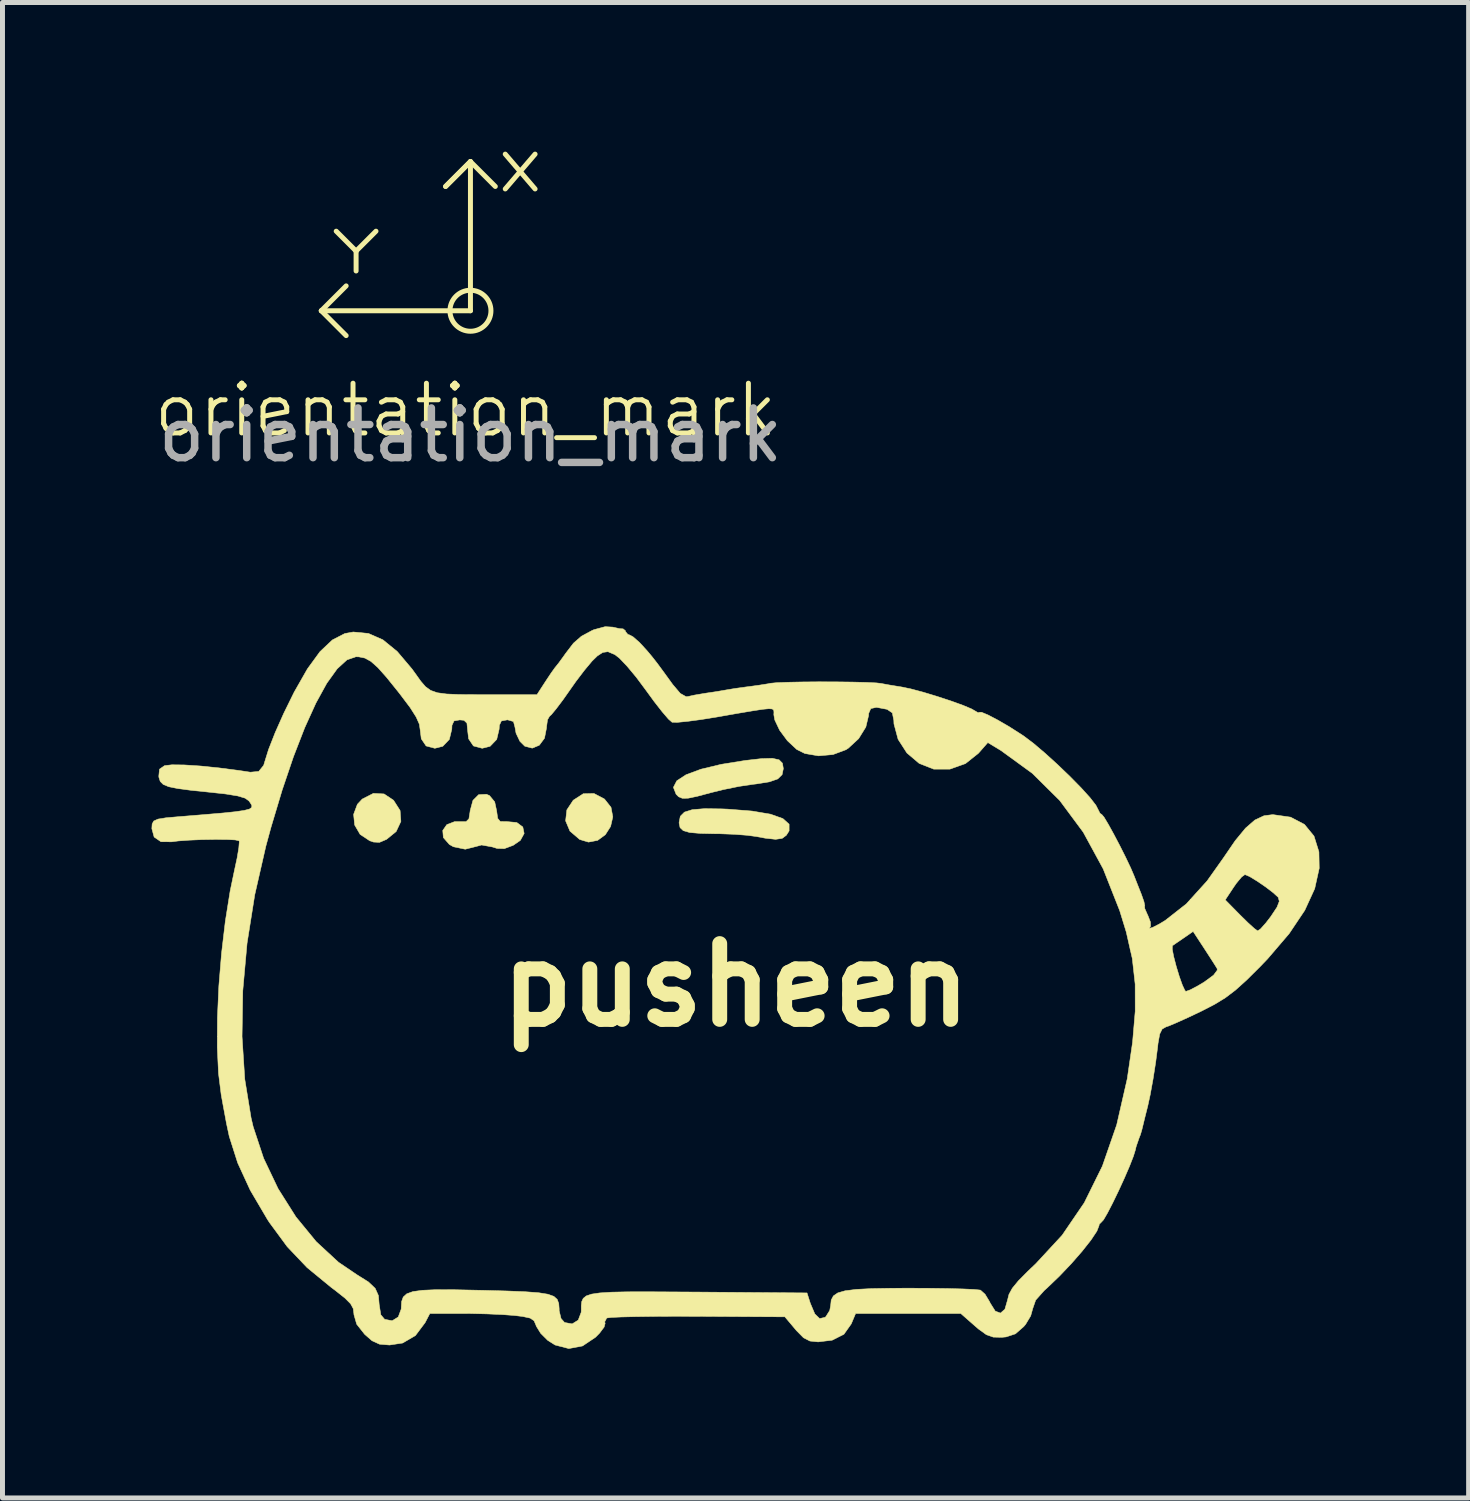
<source format=kicad_pcb>
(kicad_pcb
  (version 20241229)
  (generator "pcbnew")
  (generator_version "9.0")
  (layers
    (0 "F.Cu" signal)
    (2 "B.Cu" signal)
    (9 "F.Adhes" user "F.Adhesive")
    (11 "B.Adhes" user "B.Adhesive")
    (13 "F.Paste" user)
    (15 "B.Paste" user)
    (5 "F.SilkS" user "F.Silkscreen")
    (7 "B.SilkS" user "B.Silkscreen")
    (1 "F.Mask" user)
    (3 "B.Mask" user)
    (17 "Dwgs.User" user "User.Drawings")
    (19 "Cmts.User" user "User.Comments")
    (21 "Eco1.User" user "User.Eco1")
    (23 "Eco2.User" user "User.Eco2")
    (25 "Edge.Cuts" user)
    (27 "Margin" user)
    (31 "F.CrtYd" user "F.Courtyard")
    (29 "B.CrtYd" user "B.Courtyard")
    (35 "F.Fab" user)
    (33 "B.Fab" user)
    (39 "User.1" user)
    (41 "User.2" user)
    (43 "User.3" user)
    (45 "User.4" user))
  (footprint "orientation_mark"
    (layer "F.Cu")
    (at 6.412 3.2)
    (property "Reference" "orientation_mark" (at -0.1 2 0) (unlocked yes) (layer "F.SilkS") (effects (font (size 1 1) (thickness 0.1))))
    (attr smd)
    (fp_line (start -3 0) (end -2.5 -0.5) (stroke (width 0.1) (type default)) (layer "F.SilkS"))
    (fp_line (start -3 0) (end -2.5 0.5) (stroke (width 0.1) (type default)) (layer "F.SilkS"))
    (fp_line (start -2.7 -1.6) (end -2.3 -1.2) (stroke (width 0.1) (type default)) (layer "F.SilkS"))
    (fp_line (start -2.3 -1.2) (end -2.3 -0.8) (stroke (width 0.1) (type default)) (layer "F.SilkS"))
    (fp_line (start -2.3 -1.2) (end -1.9 -1.6) (stroke (width 0.1) (type default)) (layer "F.SilkS"))
    (fp_line (start -0.5 -2.5) (end 0 -3) (stroke (width 0.1) (type default)) (layer "F.SilkS"))
    (fp_line (start 0 -3) (end -0.5 -2.5) (stroke (width 0.1) (type default)) (layer "F.SilkS"))
    (fp_line (start 0 -3) (end 0.5 -2.5) (stroke (width 0.1) (type default)) (layer "F.SilkS"))
    (fp_line (start 0 0) (end -3 0) (stroke (width 0.1) (type default)) (layer "F.SilkS"))
    (fp_line (start 0 0) (end 0 -3) (stroke (width 0.1) (type default)) (layer "F.SilkS"))
    (fp_line (start 0.7 -3.15) (end 1.3 -2.45) (stroke (width 0.1) (type default)) (layer "F.SilkS"))
    (fp_line (start 1.3 -3.15) (end 0.7 -2.45) (stroke (width 0.1) (type default)) (layer "F.SilkS"))
    (fp_circle (center 0 0) (end -0.1 -0.4) (stroke (width 0.1) (type default)) (fill no) (layer "F.SilkS"))
    (fp_text user "${REFERENCE}" (at 0 2.5 0) (unlocked yes) (layer "F.Fab") (effects (font (size 1 1) (thickness 0.15)))))
  (footprint "pusheen"
    (layer "F.Cu")
    (at 11.752 16.763)
    (property "Reference" "pusheen" (at 0 0 0) (layer "F.SilkS") (effects (font (size 1.524 1.524) (thickness 0.3))))
    (attr through_hole)
    (fp_poly (pts (xy -2.644 -3.742) (xy -2.513 -3.576) (xy -2.477 -3.383) (xy -2.521 -3.191) (xy -2.627 -3.025) (xy -2.782 -2.911) (xy -2.967 -2.876) (xy -3.143 -2.929) (xy -3.339 -3.097) (xy -3.426 -3.304) (xy -3.401 -3.524) (xy -3.273 -3.718) (xy -3.071 -3.849) (xy -2.856 -3.854) (xy -2.644 -3.742)) (stroke (width 0.01) (type solid)) (fill yes) (layer "F.SilkS"))
    (fp_poly (pts (xy -7.078 -3.845) (xy -6.887 -3.718) (xy -6.755 -3.511) (xy -6.739 -3.292) (xy -6.834 -3.089) (xy -7.028 -2.931) (xy -7.169 -2.871) (xy -7.289 -2.877) (xy -7.366 -2.903) (xy -7.559 -3.031) (xy -7.669 -3.22) (xy -7.69 -3.434) (xy -7.614 -3.637) (xy -7.516 -3.742) (xy -7.293 -3.856) (xy -7.078 -3.845)) (stroke (width 0.01) (type solid)) (fill yes) (layer "F.SilkS"))
    (fp_poly (pts (xy 0.868 -4.531) (xy 0.935 -4.463) (xy 0.953 -4.354) (xy 0.928 -4.232) (xy 0.841 -4.147) (xy 0.672 -4.088) (xy 0.4 -4.045) (xy 0.339 -4.038) (xy 0.064 -3.997) (xy -0.255 -3.932) (xy -0.502 -3.871) (xy -0.779 -3.797) (xy -0.962 -3.759) (xy -1.078 -3.757) (xy -1.153 -3.788) (xy -1.204 -3.839) (xy -1.258 -3.977) (xy -1.19 -4.109) (xy -1.004 -4.231) (xy -0.705 -4.342) (xy -0.298 -4.44) (xy 0.187 -4.518) (xy 0.513 -4.555) (xy 0.734 -4.561) (xy 0.868 -4.531)) (stroke (width 0.01) (type solid)) (fill yes) (layer "F.SilkS"))
    (fp_poly (pts (xy -0.281 -3.544) (xy -0.163 -3.539) (xy 0.327 -3.5) (xy 0.697 -3.437) (xy 0.944 -3.349) (xy 1.069 -3.237) (xy 1.069 -3.102) (xy 1.013 -3.013) (xy 0.929 -2.951) (xy 0.797 -2.932) (xy 0.589 -2.955) (xy 0.413 -2.988) (xy 0.228 -3.013) (xy -0.034 -3.033) (xy -0.323 -3.044) (xy -0.392 -3.044) (xy -0.714 -3.051) (xy -0.93 -3.069) (xy -1.059 -3.106) (xy -1.124 -3.167) (xy -1.143 -3.258) (xy -1.143 -3.275) (xy -1.119 -3.396) (xy -1.036 -3.479) (xy -0.88 -3.528) (xy -0.633 -3.549) (xy -0.281 -3.544)) (stroke (width 0.01) (type solid)) (fill yes) (layer "F.SilkS"))
    (fp_poly (pts (xy -4.957 -3.812) (xy -4.852 -3.685) (xy -4.814 -3.508) (xy -4.792 -3.353) (xy -4.741 -3.291) (xy -4.629 -3.288) (xy -4.614 -3.289) (xy -4.408 -3.27) (xy -4.287 -3.18) (xy -4.26 -3.05) (xy -4.336 -2.911) (xy -4.479 -2.812) (xy -4.658 -2.745) (xy -4.805 -2.749) (xy -4.901 -2.779) (xy -5.116 -2.818) (xy -5.211 -2.792) (xy -5.445 -2.733) (xy -5.684 -2.783) (xy -5.764 -2.829) (xy -5.885 -2.967) (xy -5.897 -3.11) (xy -5.816 -3.227) (xy -5.656 -3.289) (xy -5.546 -3.289) (xy -5.427 -3.289) (xy -5.371 -3.344) (xy -5.348 -3.488) (xy -5.346 -3.508) (xy -5.29 -3.715) (xy -5.175 -3.83) (xy -5.019 -3.838) (xy -4.957 -3.812)) (stroke (width 0.01) (type solid)) (fill yes) (layer "F.SilkS"))
    (fp_poly (pts (xy -2.477 -7.2) (xy -2.34 -7.169) (xy -2.27 -7.165) (xy -2.224 -7.128) (xy -2.223 -7.112) (xy -2.173 -7.052) (xy -2.152 -7.048) (xy -2.07 -7.005) (xy -1.944 -6.895) (xy -1.882 -6.829) (xy -1.777 -6.713) (xy -1.687 -6.605) (xy -1.588 -6.479) (xy -1.461 -6.307) (xy -1.282 -6.06) (xy -1.271 -6.045) (xy -1.12 -5.867) (xy -1.003 -5.801) (xy -0.966 -5.804) (xy -0.834 -5.833) (xy -0.645 -5.865) (xy -0.601 -5.872) (xy -0.392 -5.903) (xy -0.211 -5.934) (xy -0.188 -5.938) (xy -0.026 -5.965) (xy 0.188 -5.995) (xy 0.254 -6.003) (xy 0.466 -6.032) (xy 0.649 -6.061) (xy 0.689 -6.07) (xy 0.814 -6.082) (xy 1.037 -6.091) (xy 1.33 -6.097) (xy 1.663 -6.1) (xy 2.008 -6.099) (xy 2.336 -6.095) (xy 2.618 -6.088) (xy 2.826 -6.078) (xy 2.918 -6.067) (xy 3.086 -6.036) (xy 3.295 -6.002) (xy 3.327 -5.997) (xy 3.516 -5.958) (xy 3.767 -5.891) (xy 4.047 -5.806) (xy 4.324 -5.715) (xy 4.565 -5.628) (xy 4.738 -5.555) (xy 4.801 -5.519) (xy 4.874 -5.476) (xy 4.889 -5.486) (xy 4.939 -5.488) (xy 5.071 -5.433) (xy 5.262 -5.333) (xy 5.49 -5.201) (xy 5.73 -5.048) (xy 5.789 -5.009) (xy 5.984 -4.862) (xy 6.217 -4.664) (xy 6.468 -4.436) (xy 6.717 -4.197) (xy 6.942 -3.968) (xy 7.123 -3.768) (xy 7.239 -3.618) (xy 7.269 -3.56) (xy 7.322 -3.455) (xy 7.36 -3.429) (xy 7.404 -3.376) (xy 7.488 -3.236) (xy 7.598 -3.037) (xy 7.72 -2.805) (xy 7.839 -2.568) (xy 7.941 -2.353) (xy 8.01 -2.191) (xy 8.066 -2.048) (xy 8.14 -1.861) (xy 8.154 -1.826) (xy 8.206 -1.678) (xy 8.223 -1.594) (xy 8.218 -1.588) (xy 8.223 -1.539) (xy 8.275 -1.42) (xy 8.283 -1.405) (xy 8.336 -1.269) (xy 8.339 -1.185) (xy 8.337 -1.183) (xy 8.314 -1.141) (xy 8.379 -1.159) (xy 8.512 -1.227) (xy 8.633 -1.3) (xy 9.06 -1.635) (xy 9.131 -1.714) (xy 9.841 -1.714) (xy 10.143 -1.407) (xy 10.302 -1.251) (xy 10.428 -1.137) (xy 10.493 -1.09) (xy 10.552 -1.131) (xy 10.658 -1.25) (xy 10.758 -1.38) (xy 10.882 -1.567) (xy 10.928 -1.686) (xy 10.907 -1.764) (xy 10.905 -1.767) (xy 10.807 -1.857) (xy 10.654 -1.974) (xy 10.483 -2.091) (xy 10.332 -2.183) (xy 10.24 -2.222) (xy 10.236 -2.223) (xy 10.169 -2.174) (xy 10.066 -2.05) (xy 10.009 -1.968) (xy 9.841 -1.714) (xy 9.131 -1.714) (xy 9.476 -2.095) (xy 9.798 -2.549) (xy 10.041 -2.904) (xy 10.249 -3.157) (xy 10.437 -3.32) (xy 10.62 -3.406) (xy 10.797 -3.429) (xy 11.155 -3.378) (xy 11.434 -3.232) (xy 11.626 -2.997) (xy 11.725 -2.68) (xy 11.731 -2.35) (xy 11.64 -1.939) (xy 11.44 -1.503) (xy 11.127 -1.036) (xy 10.697 -0.533) (xy 10.541 -0.37) (xy 10.268 -0.099) (xy 10.046 0.101) (xy 9.843 0.255) (xy 9.627 0.387) (xy 9.365 0.522) (xy 9.359 0.525) (xy 9.1 0.648) (xy 8.872 0.751) (xy 8.707 0.821) (xy 8.65 0.84) (xy 8.572 0.884) (xy 8.523 0.984) (xy 8.489 1.172) (xy 8.481 1.247) (xy 8.442 1.55) (xy 8.389 1.89) (xy 8.331 2.208) (xy 8.283 2.429) (xy 8.225 2.659) (xy 8.174 2.869) (xy 8.161 2.921) (xy 8.133 3.015) (xy 8.125 3.032) (xy 8.1 3.098) (xy 8.096 3.111) (xy 8.07 3.186) (xy 8.068 3.191) (xy 8.046 3.258) (xy 8.035 3.31) (xy 7.994 3.442) (xy 7.916 3.642) (xy 7.812 3.883) (xy 7.695 4.138) (xy 7.578 4.38) (xy 7.473 4.583) (xy 7.394 4.719) (xy 7.354 4.763) (xy 7.305 4.812) (xy 7.303 4.836) (xy 7.259 4.949) (xy 7.14 5.128) (xy 6.963 5.352) (xy 6.746 5.601) (xy 6.506 5.853) (xy 6.26 6.089) (xy 6.201 6.142) (xy 6.028 6.336) (xy 5.969 6.506) (xy 5.928 6.653) (xy 5.825 6.824) (xy 5.788 6.868) (xy 5.621 7.014) (xy 5.433 7.076) (xy 5.345 7.084) (xy 5.176 7.08) (xy 5.036 7.031) (xy 4.877 6.916) (xy 4.802 6.851) (xy 4.521 6.604) (xy 2.407 6.604) (xy 2.319 6.814) (xy 2.171 7.023) (xy 1.935 7.142) (xy 1.653 7.176) (xy 1.488 7.159) (xy 1.359 7.093) (xy 1.217 6.949) (xy 1.196 6.924) (xy 0.984 6.672) (xy -0.772 6.662) (xy -1.234 6.661) (xy -1.655 6.663) (xy -2.019 6.668) (xy -2.309 6.675) (xy -2.507 6.684) (xy -2.597 6.695) (xy -2.599 6.696) (xy -2.64 6.774) (xy -2.631 6.802) (xy -2.651 6.877) (xy -2.744 7.001) (xy -2.825 7.083) (xy -3.086 7.258) (xy -3.362 7.31) (xy -3.637 7.239) (xy -3.787 7.144) (xy -3.927 7.004) (xy -4.016 6.86) (xy -4.024 6.836) (xy -4.061 6.751) (xy -4.138 6.698) (xy -4.288 6.665) (xy -4.453 6.645) (xy -4.694 6.627) (xy -5.009 6.613) (xy -5.346 6.605) (xy -5.5 6.604) (xy -6.156 6.604) (xy -6.252 6.789) (xy -6.447 7.049) (xy -6.704 7.199) (xy -6.968 7.239) (xy -7.169 7.222) (xy -7.321 7.152) (xy -7.468 7.023) (xy -7.628 6.82) (xy -7.683 6.629) (xy -7.684 6.613) (xy -7.697 6.508) (xy -7.75 6.41) (xy -7.863 6.296) (xy -8.056 6.143) (xy -8.144 6.077) (xy -8.626 5.681) (xy -9.025 5.261) (xy -9.385 4.772) (xy -9.422 4.715) (xy -9.769 4.125) (xy -10.021 3.577) (xy -10.191 3.044) (xy -10.248 2.778) (xy -10.277 2.62) (xy -10.319 2.394) (xy -10.353 2.206) (xy -10.407 1.776) (xy -10.432 1.25) (xy -10.431 1.033) (xy -9.934 1.033) (xy -9.879 1.892) (xy -9.752 2.671) (xy -9.71 2.849) (xy -9.5 3.483) (xy -9.209 4.094) (xy -8.851 4.661) (xy -8.441 5.161) (xy -7.994 5.574) (xy -7.625 5.824) (xy -7.392 5.97) (xy -7.256 6.099) (xy -7.191 6.244) (xy -7.176 6.422) (xy -7.143 6.631) (xy -7.066 6.722) (xy -6.914 6.751) (xy -6.792 6.675) (xy -6.733 6.516) (xy -6.731 6.478) (xy -6.724 6.363) (xy -6.692 6.274) (xy -6.621 6.209) (xy -6.497 6.164) (xy -6.306 6.138) (xy -6.034 6.126) (xy -5.666 6.127) (xy -5.188 6.137) (xy -5.088 6.139) (xy -4.608 6.152) (xy -4.241 6.167) (xy -3.971 6.187) (xy -3.783 6.217) (xy -3.663 6.26) (xy -3.595 6.321) (xy -3.564 6.404) (xy -3.556 6.511) (xy -3.556 6.549) (xy -3.518 6.706) (xy -3.447 6.786) (xy -3.294 6.814) (xy -3.172 6.738) (xy -3.113 6.582) (xy -3.111 6.55) (xy -3.111 6.448) (xy -3.102 6.366) (xy -3.072 6.301) (xy -3.01 6.251) (xy -2.903 6.215) (xy -2.739 6.191) (xy -2.506 6.176) (xy -2.192 6.169) (xy -1.785 6.168) (xy -1.273 6.171) (xy -0.762 6.174) (xy 1.429 6.191) (xy 1.495 6.398) (xy 1.586 6.613) (xy 1.683 6.707) (xy 1.791 6.682) (xy 1.807 6.67) (xy 1.886 6.544) (xy 1.905 6.441) (xy 1.916 6.334) (xy 1.959 6.252) (xy 2.047 6.191) (xy 2.195 6.148) (xy 2.418 6.12) (xy 2.729 6.104) (xy 3.143 6.097) (xy 3.501 6.096) (xy 3.903 6.098) (xy 4.264 6.103) (xy 4.566 6.111) (xy 4.787 6.121) (xy 4.907 6.133) (xy 4.918 6.135) (xy 5.01 6.217) (xy 5.1 6.366) (xy 5.113 6.394) (xy 5.215 6.557) (xy 5.32 6.597) (xy 5.409 6.519) (xy 5.461 6.339) (xy 5.491 6.22) (xy 5.558 6.097) (xy 5.679 5.949) (xy 5.87 5.756) (xy 6.032 5.602) (xy 6.56 5.031) (xy 7.005 4.379) (xy 7.37 3.64) (xy 7.658 2.81) (xy 7.87 1.884) (xy 7.977 1.149) (xy 8.03 0.528) (xy 8.029 -0.019) (xy 7.971 -0.537) (xy 7.928 -0.723) (xy 8.775 -0.723) (xy 8.804 -0.573) (xy 8.855 -0.377) (xy 8.917 -0.173) (xy 8.979 0.001) (xy 9.03 0.109) (xy 9.049 0.127) (xy 9.138 0.095) (xy 9.293 0.013) (xy 9.421 -0.064) (xy 9.606 -0.2) (xy 9.681 -0.301) (xy 9.677 -0.334) (xy 9.619 -0.427) (xy 9.516 -0.587) (xy 9.413 -0.746) (xy 9.195 -1.079) (xy 8.995 -0.941) (xy 8.862 -0.85) (xy 8.784 -0.796) (xy 8.778 -0.792) (xy 8.775 -0.723) (xy 7.928 -0.723) (xy 7.85 -1.068) (xy 7.718 -1.498) (xy 7.386 -2.338) (xy 6.985 -3.075) (xy 6.512 -3.713) (xy 5.961 -4.259) (xy 5.33 -4.718) (xy 5.279 -4.749) (xy 5.066 -4.878) (xy 4.876 -4.662) (xy 4.616 -4.455) (xy 4.304 -4.344) (xy 3.977 -4.344) (xy 3.977 -4.344) (xy 3.685 -4.459) (xy 3.438 -4.669) (xy 3.261 -4.944) (xy 3.178 -5.253) (xy 3.175 -5.325) (xy 3.145 -5.475) (xy 3.041 -5.546) (xy 3.032 -5.548) (xy 2.826 -5.587) (xy 2.712 -5.562) (xy 2.669 -5.464) (xy 2.667 -5.421) (xy 2.612 -5.19) (xy 2.468 -4.957) (xy 2.261 -4.766) (xy 2.212 -4.734) (xy 1.952 -4.637) (xy 1.66 -4.611) (xy 1.386 -4.658) (xy 1.222 -4.74) (xy 1.034 -4.916) (xy 0.878 -5.127) (xy 0.781 -5.332) (xy 0.762 -5.437) (xy 0.764 -5.492) (xy 0.759 -5.531) (xy 0.73 -5.554) (xy 0.661 -5.559) (xy 0.534 -5.547) (xy 0.334 -5.516) (xy 0.042 -5.467) (xy -0.356 -5.397) (xy -0.39 -5.391) (xy -0.701 -5.341) (xy -0.971 -5.305) (xy -1.174 -5.285) (xy -1.281 -5.286) (xy -1.286 -5.288) (xy -1.358 -5.351) (xy -1.484 -5.498) (xy -1.645 -5.704) (xy -1.815 -5.937) (xy -2.004 -6.191) (xy -2.187 -6.411) (xy -2.341 -6.573) (xy -2.435 -6.647) (xy -2.575 -6.706) (xy -2.679 -6.691) (xy -2.787 -6.621) (xy -2.894 -6.517) (xy -3.045 -6.336) (xy -3.218 -6.109) (xy -3.32 -5.964) (xy -3.479 -5.738) (xy -3.617 -5.555) (xy -3.714 -5.438) (xy -3.749 -5.408) (xy -3.79 -5.337) (xy -3.81 -5.192) (xy -3.81 -5.174) (xy -3.851 -4.965) (xy -3.956 -4.824) (xy -4.097 -4.766) (xy -4.247 -4.805) (xy -4.346 -4.904) (xy -4.423 -5.066) (xy -4.445 -5.189) (xy -4.475 -5.301) (xy -4.588 -5.334) (xy -4.604 -5.334) (xy -4.718 -5.313) (xy -4.759 -5.224) (xy -4.763 -5.148) (xy -4.812 -4.941) (xy -4.945 -4.803) (xy -5.104 -4.763) (xy -5.28 -4.81) (xy -5.377 -4.954) (xy -5.397 -5.124) (xy -5.411 -5.269) (xy -5.471 -5.326) (xy -5.556 -5.334) (xy -5.671 -5.313) (xy -5.712 -5.224) (xy -5.715 -5.148) (xy -5.765 -4.941) (xy -5.897 -4.803) (xy -6.056 -4.763) (xy -6.232 -4.81) (xy -6.329 -4.954) (xy -6.35 -5.126) (xy -6.368 -5.248) (xy -6.432 -5.392) (xy -6.552 -5.581) (xy -6.744 -5.836) (xy -6.8 -5.908) (xy -7.029 -6.192) (xy -7.203 -6.387) (xy -7.341 -6.51) (xy -7.462 -6.577) (xy -7.584 -6.602) (xy -7.643 -6.604) (xy -7.823 -6.542) (xy -8.02 -6.362) (xy -8.23 -6.07) (xy -8.448 -5.673) (xy -8.673 -5.178) (xy -8.9 -4.593) (xy -9.127 -3.923) (xy -9.351 -3.176) (xy -9.455 -2.794) (xy -9.678 -1.818) (xy -9.833 -0.842) (xy -9.919 0.115) (xy -9.934 1.033) (xy -10.431 1.033) (xy -10.429 0.654) (xy -10.4 0.015) (xy -10.346 -0.64) (xy -10.27 -1.285) (xy -10.173 -1.893) (xy -10.087 -2.306) (xy -10.033 -2.557) (xy -9.999 -2.759) (xy -9.989 -2.881) (xy -9.994 -2.903) (xy -10.072 -2.92) (xy -10.245 -2.929) (xy -10.478 -2.93) (xy -10.74 -2.926) (xy -10.998 -2.915) (xy -11.219 -2.899) (xy -11.351 -2.882) (xy -11.565 -2.884) (xy -11.702 -2.978) (xy -11.748 -3.147) (xy -11.742 -3.241) (xy -11.709 -3.301) (xy -11.624 -3.339) (xy -11.464 -3.365) (xy -11.203 -3.388) (xy -11.176 -3.39) (xy -10.699 -3.429) (xy -10.335 -3.46) (xy -10.071 -3.487) (xy -9.892 -3.513) (xy -9.786 -3.54) (xy -9.739 -3.573) (xy -9.737 -3.613) (xy -9.767 -3.665) (xy -9.797 -3.706) (xy -9.872 -3.76) (xy -10.022 -3.805) (xy -10.264 -3.844) (xy -10.573 -3.878) (xy -10.953 -3.917) (xy -11.225 -3.953) (xy -11.408 -3.99) (xy -11.519 -4.036) (xy -11.579 -4.096) (xy -11.605 -4.175) (xy -11.608 -4.203) (xy -11.594 -4.343) (xy -11.492 -4.414) (xy -11.491 -4.414) (xy -11.344 -4.431) (xy -11.097 -4.428) (xy -10.774 -4.407) (xy -10.399 -4.369) (xy -9.997 -4.317) (xy -9.767 -4.282) (xy -9.598 -4.298) (xy -9.499 -4.42) (xy -9.482 -4.477) (xy -9.401 -4.738) (xy -9.268 -5.077) (xy -9.095 -5.466) (xy -8.895 -5.873) (xy -8.885 -5.893) (xy -8.619 -6.36) (xy -8.366 -6.707) (xy -8.117 -6.942) (xy -7.867 -7.071) (xy -7.699 -7.102) (xy -7.392 -7.073) (xy -7.101 -6.945) (xy -6.812 -6.709) (xy -6.516 -6.359) (xy -6.445 -6.261) (xy -6.338 -6.111) (xy -6.243 -6.001) (xy -6.14 -5.927) (xy -6.007 -5.88) (xy -5.821 -5.855) (xy -5.56 -5.844) (xy -5.203 -5.842) (xy -5.037 -5.842) (xy -4.002 -5.842) (xy -3.827 -6.112) (xy -3.72 -6.273) (xy -3.64 -6.385) (xy -3.617 -6.413) (xy -3.562 -6.482) (xy -3.466 -6.614) (xy -3.428 -6.668) (xy -3.268 -6.877) (xy -3.109 -7.016) (xy -2.9 -7.129) (xy -2.858 -7.148) (xy -2.631 -7.209) (xy -2.477 -7.2)) (stroke (width 0.01) (type solid)) (fill yes) (layer "F.SilkS")))
  (gr_rect
    (start -3 -3)
    (end 26.488 27.078)
    (stroke (width 0.1) (type default))
    (fill no)
    (layer "Edge.Cuts")))
</source>
